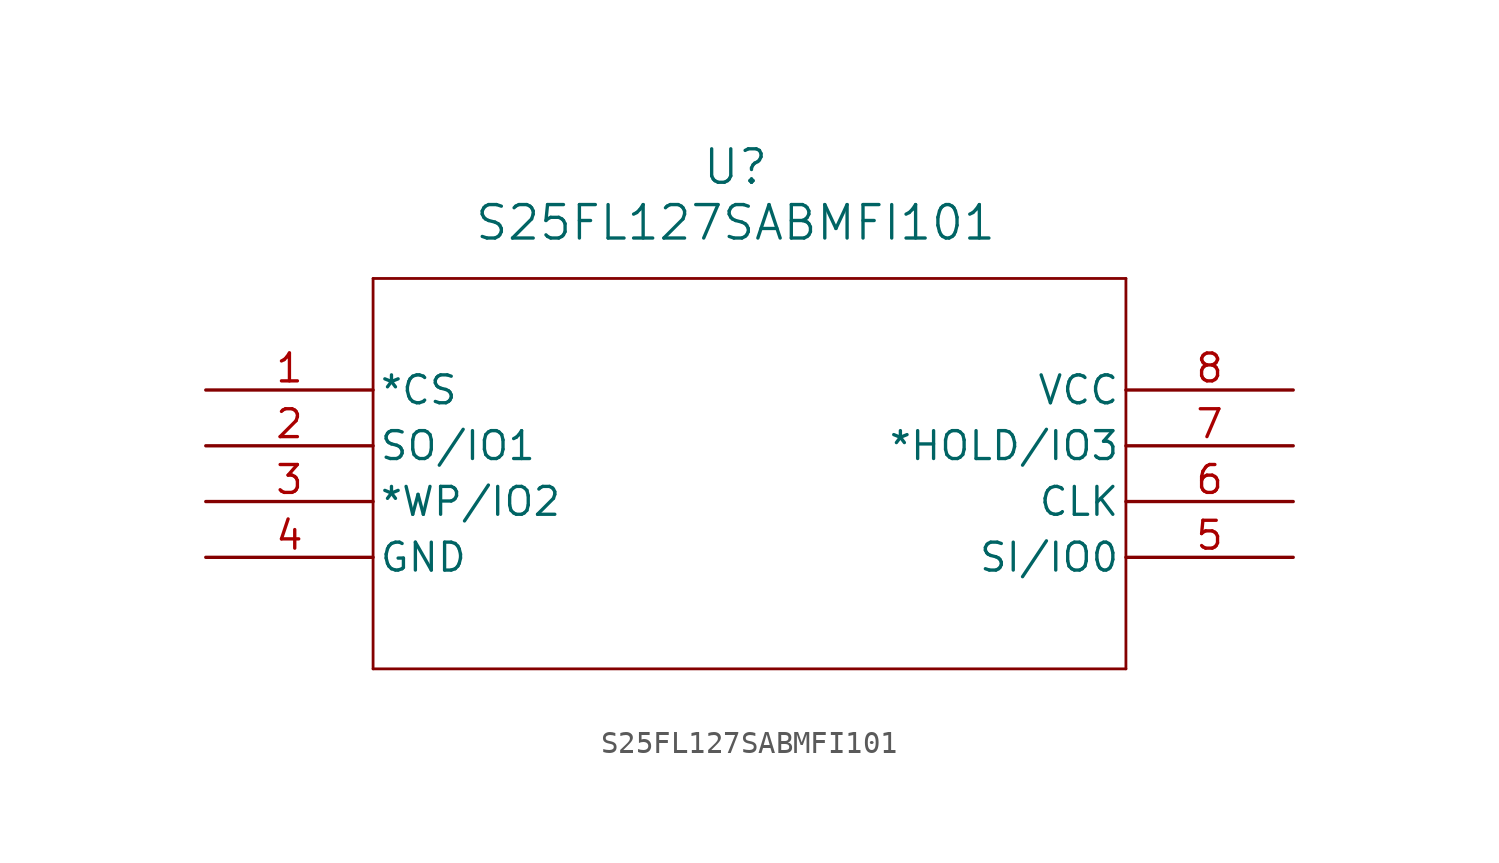
<source format=kicad_sym>
(kicad_symbol_lib
  (version 20220914)
  (generator kicad_symbol_editor)
  (symbol "S25FL127SABMFI101"
    (pin_names
      (offset 0.254))
    (property "Reference" "U"
      (at 25.4 10.16 0)
      (effects (font (size 1.524 1.524))))
    (property "Value" "S25FL127SABMFI101"
      (at 25.4 7.62 0)
      (effects (font (size 1.524 1.524))))
    (property "ki_locked" ""
      (at 0 0 0)
      (effects (font (size 1.27 1.27))))
    (symbol "S25FL127SABMFI101_0_1"
      (polyline (pts (xy 8.89 -12.7) (xy 43.18 -12.7)) (stroke (width 0.127) (type default)) (fill (type none)))
      (polyline (pts (xy 8.89 5.08) (xy 8.89 -12.7)) (stroke (width 0.127) (type default)) (fill (type none)))
      (polyline (pts (xy 43.18 -12.7) (xy 43.18 5.08)) (stroke (width 0.127) (type default)) (fill (type none)))
      (polyline (pts (xy 43.18 5.08) (xy 8.89 5.08)) (stroke (width 0.127) (type default)) (fill (type none)))
      (pin input line (at 1.27 0 0) (length 7.62) (name "*CS" (effects (font (size 1.27 1.27)))) (number "1" (effects (font (size 1.27 1.27)))))
      (pin bidirectional line (at 1.27 -2.54 0) (length 7.62) (name "SO/IO1" (effects (font (size 1.27 1.27)))) (number "2" (effects (font (size 1.27 1.27)))))
      (pin bidirectional line (at 1.27 -5.08 0) (length 7.62) (name "*WP/IO2" (effects (font (size 1.27 1.27)))) (number "3" (effects (font (size 1.27 1.27)))))
      (pin power_in line (at 1.27 -7.62 0) (length 7.62) (name "GND" (effects (font (size 1.27 1.27)))) (number "4" (effects (font (size 1.27 1.27)))))
      (pin bidirectional line (at 50.8 -7.62 180) (length 7.62) (name "SI/IO0" (effects (font (size 1.27 1.27)))) (number "5" (effects (font (size 1.27 1.27)))))
      (pin input line (at 50.8 -5.08 180) (length 7.62) (name "CLK" (effects (font (size 1.27 1.27)))) (number "6" (effects (font (size 1.27 1.27)))))
      (pin bidirectional line (at 50.8 -2.54 180) (length 7.62) (name "*HOLD/IO3" (effects (font (size 1.27 1.27)))) (number "7" (effects (font (size 1.27 1.27)))))
      (pin power_in line (at 50.8 0 180) (length 7.62) (name "VCC" (effects (font (size 1.27 1.27)))) (number "8" (effects (font (size 1.27 1.27))))))))
</source>
